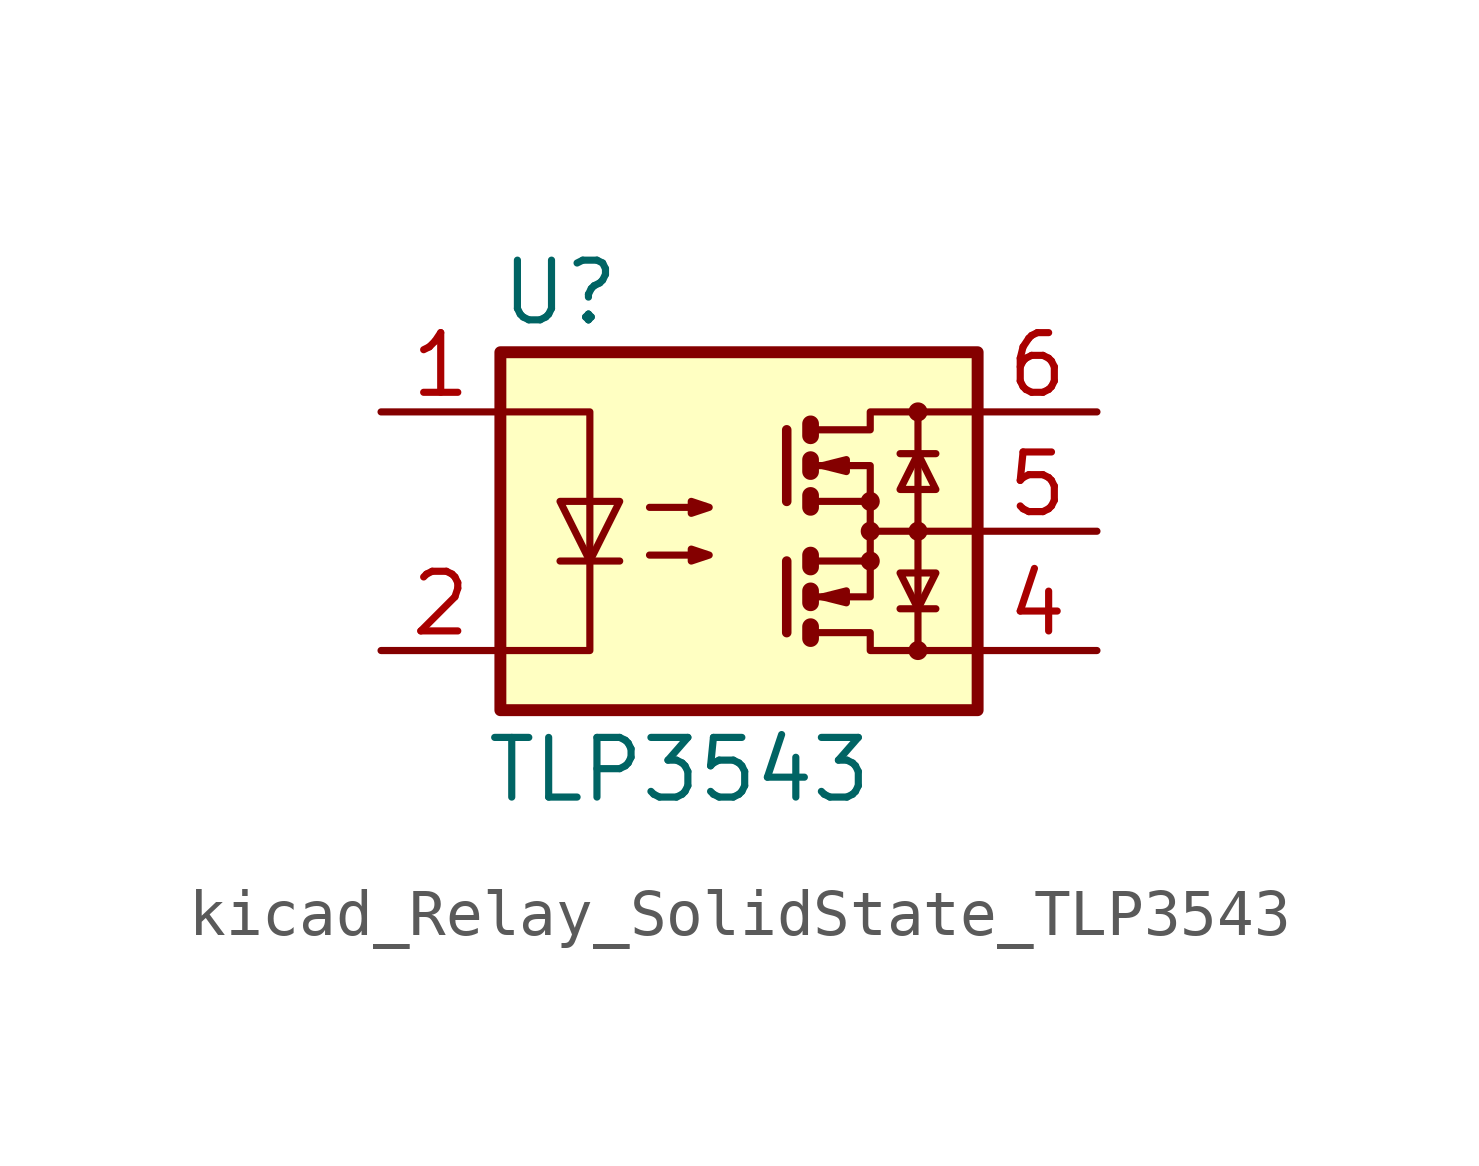
<source format=kicad_sym>
(kicad_symbol_lib
  (version 20220914)
  (generator kicad_symbol_editor)
  (symbol "kicad_Relay_SolidState_TLP3543"
    (property "Reference" "U"
      (at -3.81 5.08 0)
      (effects (font (size 1.27 1.27))))
    (property "Value" "TLP3543"
      (at -1.27 -5.08 0)
      (effects (font (size 1.27 1.27))))
    (symbol "kicad_Relay_SolidState_TLP3543_0_1"
      (rectangle (start -5.08 3.81) (end 5.08 -3.81) (stroke (width 0.254) (type default)) (fill (type background)))
      (polyline (pts (xy -3.81 -0.635) (xy -2.54 -0.635)) (stroke (width 0) (type default)) (fill (type none)))
      (polyline (pts (xy 1.016 -0.635) (xy 1.016 -2.159)) (stroke (width 0.203) (type default)) (fill (type none)))
      (polyline (pts (xy 1.016 2.159) (xy 1.016 0.635)) (stroke (width 0.203) (type default)) (fill (type none)))
      (polyline (pts (xy 1.524 -0.508) (xy 1.524 -0.762)) (stroke (width 0.356) (type default)) (fill (type none)))
      (polyline (pts (xy 2.794 0) (xy 5.08 0)) (stroke (width 0) (type default)) (fill (type none)))
      (polyline (pts (xy 3.429 -1.651) (xy 4.191 -1.651)) (stroke (width 0) (type default)) (fill (type none)))
      (polyline (pts (xy 3.429 1.651) (xy 4.191 1.651)) (stroke (width 0) (type default)) (fill (type none)))
      (polyline (pts (xy 3.81 -2.54) (xy 3.81 2.54)) (stroke (width 0) (type default)) (fill (type none)))
      (polyline (pts (xy 1.524 -2.032) (xy 1.524 -2.286) (xy 1.524 -2.286)) (stroke (width 0.356) (type default)) (fill (type none)))
      (polyline (pts (xy 1.524 -1.27) (xy 1.524 -1.524) (xy 1.524 -1.524)) (stroke (width 0.356) (type default)) (fill (type none)))
      (polyline (pts (xy 1.524 0.762) (xy 1.524 0.508) (xy 1.524 0.508)) (stroke (width 0.356) (type default)) (fill (type none)))
      (polyline (pts (xy 1.524 1.524) (xy 1.524 1.27) (xy 1.524 1.27)) (stroke (width 0.356) (type default)) (fill (type none)))
      (polyline (pts (xy 1.524 2.286) (xy 1.524 2.032) (xy 1.524 2.032)) (stroke (width 0.356) (type default)) (fill (type none)))
      (polyline (pts (xy 1.651 -1.397) (xy 2.794 -1.397) (xy 2.794 -0.635)) (stroke (width 0) (type default)) (fill (type none)))
      (polyline (pts (xy 1.651 1.397) (xy 2.794 1.397) (xy 2.794 0.635)) (stroke (width 0) (type default)) (fill (type none)))
      (polyline (pts (xy -5.08 2.54) (xy -3.175 2.54) (xy -3.175 -2.54) (xy -5.08 -2.54)) (stroke (width 0) (type default)) (fill (type none)))
      (polyline (pts (xy -3.175 -0.635) (xy -3.81 0.635) (xy -2.54 0.635) (xy -3.175 -0.635)) (stroke (width 0) (type default)) (fill (type none)))
      (polyline (pts (xy 1.651 -2.159) (xy 2.794 -2.159) (xy 2.794 -2.54) (xy 5.08 -2.54)) (stroke (width 0) (type default)) (fill (type none)))
      (polyline (pts (xy 1.651 -0.635) (xy 2.794 -0.635) (xy 2.794 0.635) (xy 1.651 0.635)) (stroke (width 0) (type default)) (fill (type none)))
      (polyline (pts (xy 1.651 2.159) (xy 2.794 2.159) (xy 2.794 2.54) (xy 5.08 2.54)) (stroke (width 0) (type default)) (fill (type none)))
      (polyline (pts (xy 1.778 -1.397) (xy 2.286 -1.27) (xy 2.286 -1.524) (xy 1.778 -1.397)) (stroke (width 0) (type default)) (fill (type none)))
      (polyline (pts (xy 1.778 1.397) (xy 2.286 1.524) (xy 2.286 1.27) (xy 1.778 1.397)) (stroke (width 0) (type default)) (fill (type none)))
      (polyline (pts (xy 3.81 -1.651) (xy 3.429 -0.889) (xy 4.191 -0.889) (xy 3.81 -1.651)) (stroke (width 0) (type default)) (fill (type none)))
      (polyline (pts (xy 3.81 1.651) (xy 3.429 0.889) (xy 4.191 0.889) (xy 3.81 1.651)) (stroke (width 0) (type default)) (fill (type none)))
      (polyline (pts (xy -1.905 -0.508) (xy -0.635 -0.508) (xy -1.016 -0.635) (xy -1.016 -0.381) (xy -0.635 -0.508)) (stroke (width 0) (type default)) (fill (type none)))
      (polyline (pts (xy -1.905 0.508) (xy -0.635 0.508) (xy -1.016 0.381) (xy -1.016 0.635) (xy -0.635 0.508)) (stroke (width 0) (type default)) (fill (type none)))
      (circle (center 2.794 -0.635) (radius 0.127) (stroke (width 0) (type default)) (fill (type none)))
      (circle (center 2.794 0) (radius 0.127) (stroke (width 0) (type default)) (fill (type none)))
      (circle (center 2.794 0.635) (radius 0.127) (stroke (width 0) (type default)) (fill (type none)))
      (circle (center 3.81 -2.54) (radius 0.127) (stroke (width 0) (type default)) (fill (type none)))
      (circle (center 3.81 0) (radius 0.127) (stroke (width 0) (type default)) (fill (type none)))
      (circle (center 3.81 2.54) (radius 0.127) (stroke (width 0) (type default)) (fill (type none))))
    (symbol "kicad_Relay_SolidState_TLP3543_1_1"
      (pin passive line (at -7.62 2.54 0) (length 2.54) (name "~" (effects (font (size 1.27 1.27)))) (number "1" (effects (font (size 1.27 1.27)))))
      (pin passive line (at -7.62 -2.54 0) (length 2.54) (name "~" (effects (font (size 1.27 1.27)))) (number "2" (effects (font (size 1.27 1.27)))))
      (pin no_connect line (at -5.08 0 0) (length 2.54) hide (name "~" (effects (font (size 1.27 1.27)))) (number "3" (effects (font (size 1.27 1.27)))))
      (pin passive line (at 7.62 -2.54 180) (length 2.54) (name "~" (effects (font (size 1.27 1.27)))) (number "4" (effects (font (size 1.27 1.27)))))
      (pin passive line (at 7.62 0 180) (length 2.54) (name "~" (effects (font (size 1.27 1.27)))) (number "5" (effects (font (size 1.27 1.27)))))
      (pin passive line (at 7.62 2.54 180) (length 2.54) (name "~" (effects (font (size 1.27 1.27)))) (number "6" (effects (font (size 1.27 1.27))))))))
</source>
